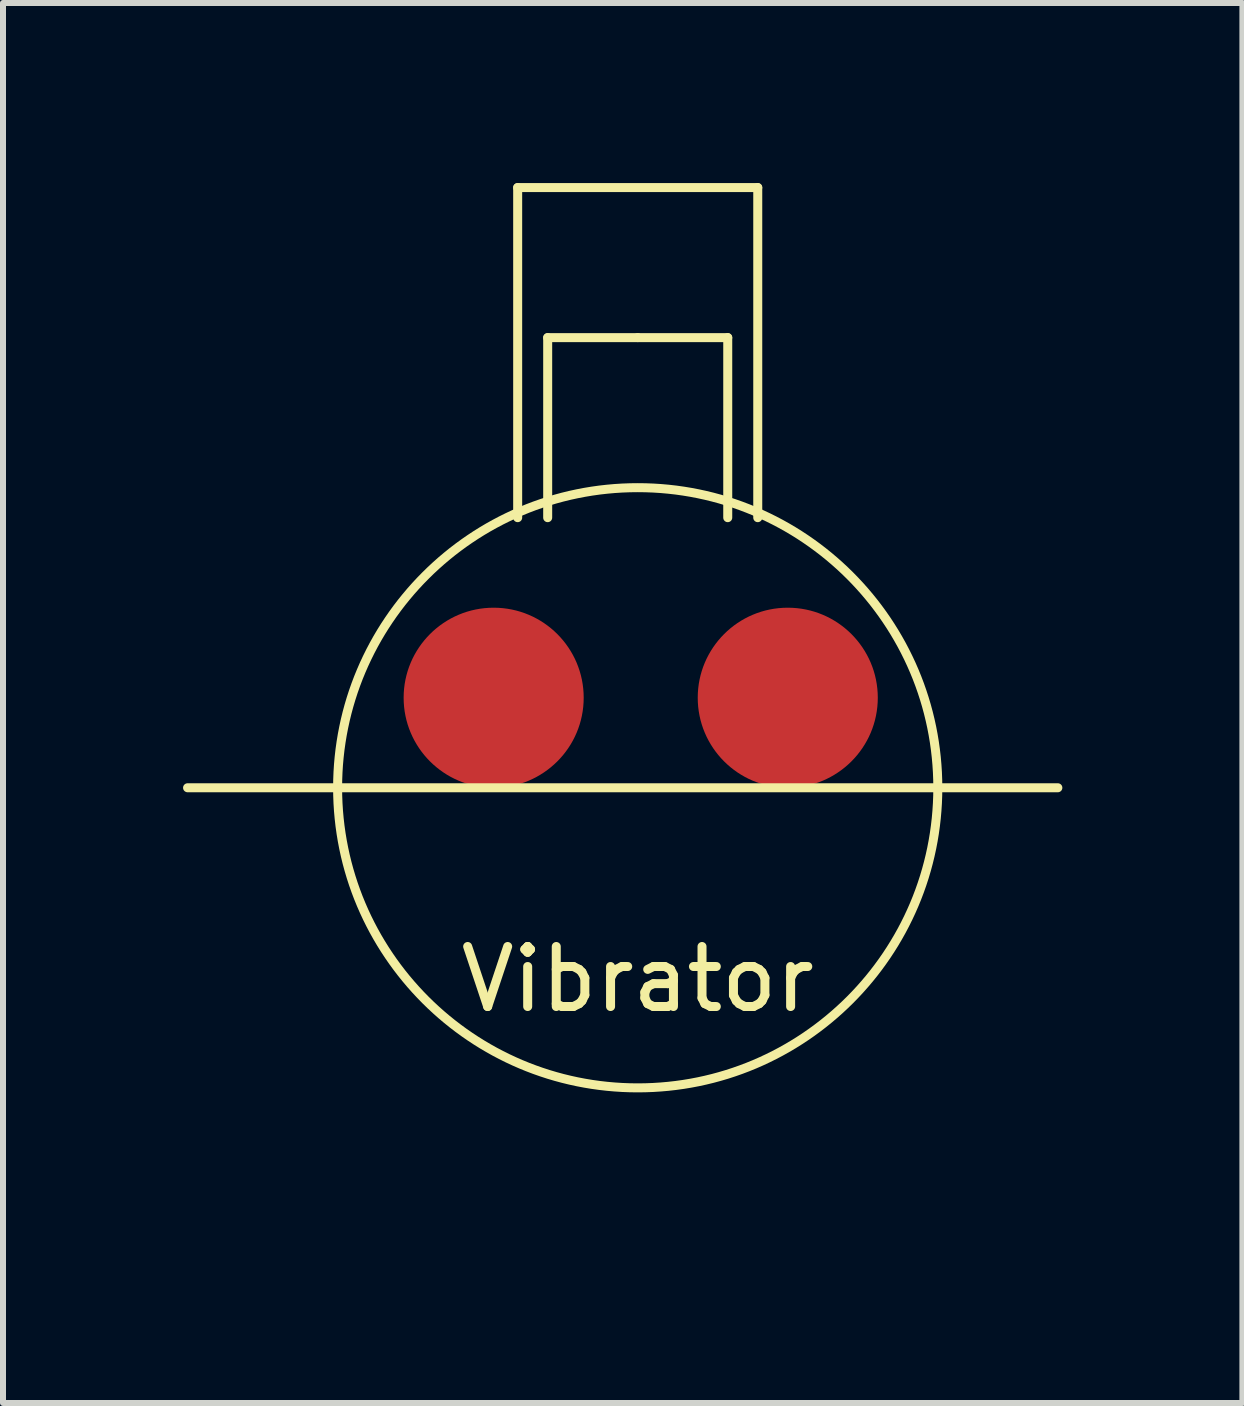
<source format=kicad_pcb>
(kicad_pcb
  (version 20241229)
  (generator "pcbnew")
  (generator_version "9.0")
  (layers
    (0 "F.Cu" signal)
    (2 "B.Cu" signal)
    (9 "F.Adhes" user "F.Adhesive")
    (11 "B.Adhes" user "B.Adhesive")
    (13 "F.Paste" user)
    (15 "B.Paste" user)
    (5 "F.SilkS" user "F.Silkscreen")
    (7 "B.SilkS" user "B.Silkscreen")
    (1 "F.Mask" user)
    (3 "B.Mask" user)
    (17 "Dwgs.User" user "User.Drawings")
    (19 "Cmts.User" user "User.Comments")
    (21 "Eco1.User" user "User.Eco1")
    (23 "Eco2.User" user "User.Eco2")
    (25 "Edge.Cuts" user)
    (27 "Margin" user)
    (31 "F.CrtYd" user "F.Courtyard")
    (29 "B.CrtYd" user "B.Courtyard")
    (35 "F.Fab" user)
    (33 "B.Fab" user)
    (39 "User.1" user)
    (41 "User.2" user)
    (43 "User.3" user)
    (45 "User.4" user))
  (footprint "Vibrator"
    (layer "F.Cu")
    (at 7.575 17.075)
    (property "Reference" "Vibrator" (at 0 -3.81 0) (layer "F.SilkS") (effects (font (size 1 1) (thickness 0.15))))
    (attr smd)
    (fp_line (start -2 -17) (end 2 -17) (stroke (width 0.15) (type solid)) (layer "F.SilkS"))
    (fp_line (start -2 -11.5) (end -2 -17) (stroke (width 0.15) (type solid)) (layer "F.SilkS"))
    (fp_line (start -1.5 -14.5) (end -1.5 -11.5) (stroke (width 0.15) (type solid)) (layer "F.SilkS"))
    (fp_line (start 0 -14.5) (end -1.5 -14.5) (stroke (width 0.15) (type solid)) (layer "F.SilkS"))
    (fp_line (start 0 -14.5) (end 1.5 -14.5) (stroke (width 0.15) (type solid)) (layer "F.SilkS"))
    (fp_line (start 1.5 -14.5) (end 1.5 -11.5) (stroke (width 0.15) (type solid)) (layer "F.SilkS"))
    (fp_line (start 2 -17) (end 2 -11.5) (stroke (width 0.15) (type solid)) (layer "F.SilkS"))
    (fp_line (start 7 -7) (end -7.5 -7) (stroke (width 0.15) (type solid)) (layer "F.SilkS"))
    (fp_circle (center 0 -7) (end 5 -7) (stroke (width 0.15) (type solid)) (fill no) (layer "F.SilkS"))
    (pad "1" smd oval (at -2.4 -8.5) (size 3 3) (layers "F.Cu" "F.Mask" "F.Paste"))
    (pad "2" smd oval (at 2.5 -8.5) (size 3 3) (layers "F.Cu" "F.Mask" "F.Paste")))
  (gr_rect
    (start -3 -3)
    (end 17.65 20.325)
    (stroke (width 0.1) (type default))
    (fill no)
    (layer "Edge.Cuts")))
</source>
